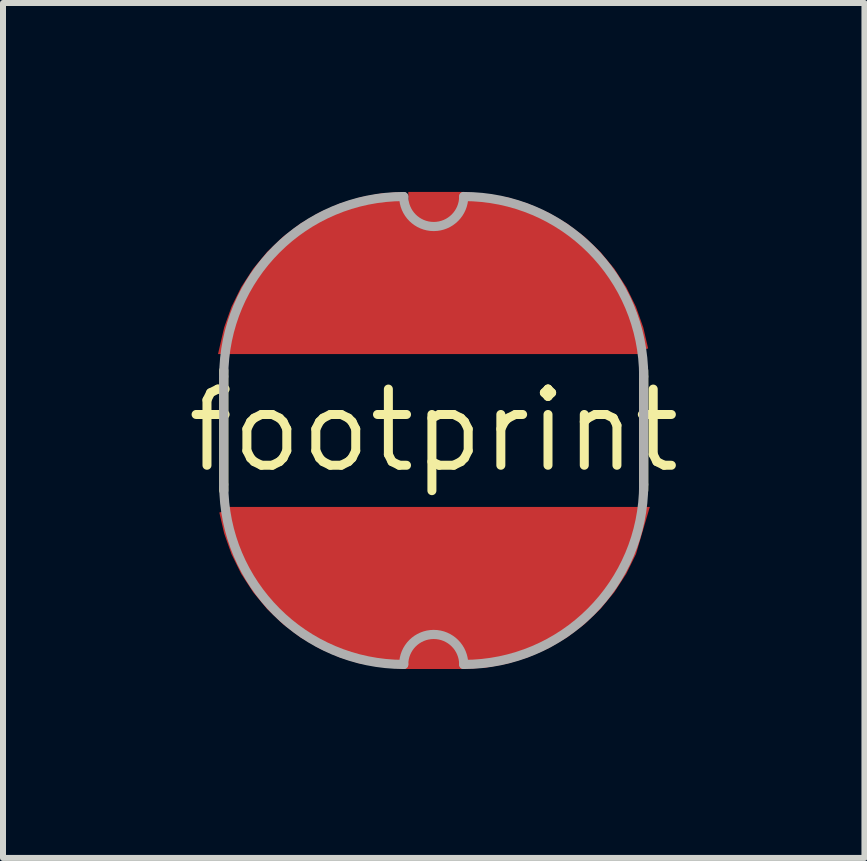
<source format=kicad_pcb>
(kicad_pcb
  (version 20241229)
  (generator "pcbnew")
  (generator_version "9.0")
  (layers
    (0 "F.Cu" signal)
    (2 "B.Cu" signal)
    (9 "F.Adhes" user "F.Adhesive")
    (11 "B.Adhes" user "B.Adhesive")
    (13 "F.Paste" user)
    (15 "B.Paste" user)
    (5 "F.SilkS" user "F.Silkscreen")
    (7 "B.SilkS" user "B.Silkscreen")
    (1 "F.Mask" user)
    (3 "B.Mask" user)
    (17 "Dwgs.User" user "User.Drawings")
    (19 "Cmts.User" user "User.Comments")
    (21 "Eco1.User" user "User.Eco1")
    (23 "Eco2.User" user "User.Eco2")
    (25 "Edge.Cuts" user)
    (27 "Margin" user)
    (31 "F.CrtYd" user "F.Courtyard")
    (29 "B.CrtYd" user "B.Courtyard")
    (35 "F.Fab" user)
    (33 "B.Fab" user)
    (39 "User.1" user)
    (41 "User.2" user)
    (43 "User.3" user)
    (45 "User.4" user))
  (footprint "footprint"
    (layer "F.Cu")
    (at 4.18 4.126)
    (property "Reference" "footprint" (at 0 0 0) (layer "F.SilkS") (effects (font (size 1.27 1.27) (thickness 0.15))))
    (fp_poly (pts (xy 3.372 2.06) (xy 3.209 2.39) (xy 3.01 2.696) (xy 2.777 2.977) (xy 2.513 3.229) (xy 2.222 3.449) (xy 1.907 3.633) (xy 1.573 3.78) (xy 1.224 3.887) (xy 0.865 3.953) (xy 0.576 3.971) (xy 0.576 3.976) (xy -0.505 3.976) (xy -1.222 3.888) (xy -1.573 3.78) (xy -1.907 3.633) (xy -2.222 3.449) (xy -2.513 3.229) (xy -2.777 2.977) (xy -3.01 2.696) (xy -3.209 2.39) (xy -3.371 2.062) (xy -3.493 1.718) (xy -3.574 1.367) (xy -3.5 1.35) (xy -3.5 1.274) (xy 3.602 1.274)) (stroke (width 0) (type solid)) (fill yes) (layer "F.Cu"))
    (fp_poly (pts (xy 1.222 -3.888) (xy 1.573 -3.78) (xy 1.907 -3.633) (xy 2.222 -3.449) (xy 2.513 -3.229) (xy 2.777 -2.977) (xy 3.01 -2.696) (xy 3.209 -2.39) (xy 3.371 -2.062) (xy 3.493 -1.718) (xy 3.574 -1.367) (xy 3.5 -1.35) (xy 3.5 -1.274) (xy -3.596 -1.274) (xy -3.493 -1.719) (xy -3.371 -2.062) (xy -3.209 -2.39) (xy -3.01 -2.696) (xy -2.777 -2.977) (xy -2.513 -3.229) (xy -2.222 -3.449) (xy -1.907 -3.633) (xy -1.573 -3.78) (xy -1.224 -3.887) (xy -0.865 -3.953) (xy -0.505 -3.976) (xy -0.5 -3.9) (xy -0.5 -3.824) (xy -0.424 -3.824) (xy -0.424 -3.976) (xy 0.505 -3.976)) (stroke (width 0) (type solid)) (fill yes) (layer "F.Cu"))
    (fp_poly (pts (xy 1.218 -4.022) (xy 1.566 -3.912) (xy 1.899 -3.767) (xy 2.213 -3.586) (xy 2.507 -3.373) (xy 2.776 -3.129) (xy 3.018 -2.859) (xy 3.229 -2.563) (xy 3.407 -2.247) (xy 3.55 -1.914) (xy 3.657 -1.567) (xy 3.742 -1.124) (xy -3.742 -1.124) (xy -3.657 -1.567) (xy -3.55 -1.914) (xy -3.407 -2.247) (xy -3.229 -2.563) (xy -3.018 -2.859) (xy -2.776 -3.129) (xy -2.507 -3.373) (xy -2.213 -3.586) (xy -1.899 -3.767) (xy -1.566 -3.912) (xy -1.22 -4.022) (xy -0.864 -4.093) (xy -0.503 -4.126) (xy 0.506 -4.126)) (stroke (width 0) (type solid)) (fill yes) (layer "F.Mask"))
    (fp_poly (pts (xy 3.551 1.912) (xy 3.407 2.247) (xy 3.229 2.563) (xy 3.018 2.859) (xy 2.776 3.129) (xy 2.507 3.373) (xy 2.213 3.586) (xy 1.899 3.767) (xy 1.566 3.912) (xy 1.22 4.022) (xy 0.864 4.093) (xy 0.503 4.126) (xy -0.503 4.126) (xy -0.864 4.093) (xy -1.22 4.022) (xy -1.566 3.912) (xy -1.899 3.767) (xy -2.213 3.586) (xy -2.507 3.373) (xy -2.776 3.129) (xy -3.018 2.859) (xy -3.229 2.563) (xy -3.407 2.247) (xy -3.55 1.914) (xy -3.657 1.567) (xy -3.742 1.124) (xy 3.748 1.124)) (stroke (width 0) (type solid)) (fill yes) (layer "F.Mask"))
    (fp_line (start -3.5 -1) (end -3.5 1) (stroke (width 0.152) (type solid)) (layer "F.SilkS"))
    (fp_line (start 3.5 -1) (end 3.5 1) (stroke (width 0.152) (type solid)) (layer "F.SilkS"))
    (fp_circle (center -1.2 -2.5) (end -0.7 -2.5) (stroke (width 1) (type solid)) (fill no) (layer "F.Paste"))
    (fp_circle (center -1.2 2.5) (end -0.7 2.5) (stroke (width 1) (type solid)) (fill no) (layer "F.Paste"))
    (fp_circle (center 1.2 -2.5) (end 1.7 -2.5) (stroke (width 1) (type solid)) (fill no) (layer "F.Paste"))
    (fp_circle (center 1.2 2.5) (end 1.7 2.5) (stroke (width 1) (type solid)) (fill no) (layer "F.Paste"))
    (fp_line (start -3.5 0.9) (end -3.5 -0.9) (stroke (width 0.152) (type solid)) (layer "F.Fab"))
    (fp_line (start 3.5 -0.9) (end 3.5 0.9) (stroke (width 0.152) (type solid)) (layer "F.Fab"))
    (fp_arc (start -3.5 -0.9) (mid -2.621319 -3.021321) (end -0.499998 -3.9) (stroke (width 0.1524) (type solid)) (layer "F.Fab"))
    (fp_arc (start -0.5 3.9) (mid 0 3.4) (end 0.5 3.9) (stroke (width 0.1524) (type solid)) (layer "F.Fab"))
    (fp_arc (start -0.499998 3.9) (mid -2.621319 3.021321) (end -3.5 0.9) (stroke (width 0.1524) (type solid)) (layer "F.Fab"))
    (fp_arc (start 0.499998 -3.9) (mid 2.621319 -3.021321) (end 3.5 -0.9) (stroke (width 0.1524) (type solid)) (layer "F.Fab"))
    (fp_arc (start 0.5 -3.9) (mid 0 -3.4) (end -0.5 -3.9) (stroke (width 0.1524) (type solid)) (layer "F.Fab"))
    (fp_arc (start 3.5 0.9) (mid 2.621319 3.021321) (end 0.499998 3.9) (stroke (width 0.1524) (type solid)) (layer "F.Fab"))
    (pad "1" smd rect (at 0 -2) (size 1.27 0.635) (layers "F.Cu"))
    (pad "2" smd rect (at 0 2) (size 1.27 0.635) (layers "F.Cu")))
  (gr_rect
    (start -3 -3)
    (end 11.36 11.252)
    (stroke (width 0.1) (type default))
    (fill no)
    (layer "Edge.Cuts")))
</source>
